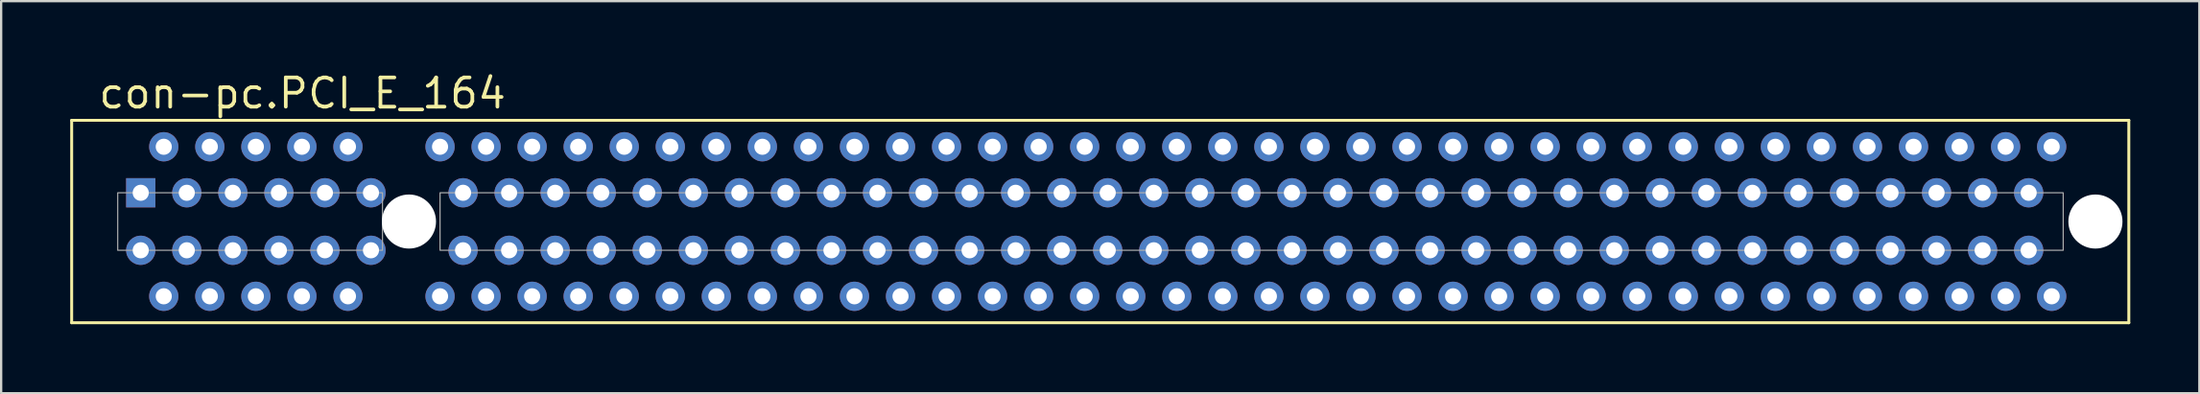
<source format=kicad_pcb>
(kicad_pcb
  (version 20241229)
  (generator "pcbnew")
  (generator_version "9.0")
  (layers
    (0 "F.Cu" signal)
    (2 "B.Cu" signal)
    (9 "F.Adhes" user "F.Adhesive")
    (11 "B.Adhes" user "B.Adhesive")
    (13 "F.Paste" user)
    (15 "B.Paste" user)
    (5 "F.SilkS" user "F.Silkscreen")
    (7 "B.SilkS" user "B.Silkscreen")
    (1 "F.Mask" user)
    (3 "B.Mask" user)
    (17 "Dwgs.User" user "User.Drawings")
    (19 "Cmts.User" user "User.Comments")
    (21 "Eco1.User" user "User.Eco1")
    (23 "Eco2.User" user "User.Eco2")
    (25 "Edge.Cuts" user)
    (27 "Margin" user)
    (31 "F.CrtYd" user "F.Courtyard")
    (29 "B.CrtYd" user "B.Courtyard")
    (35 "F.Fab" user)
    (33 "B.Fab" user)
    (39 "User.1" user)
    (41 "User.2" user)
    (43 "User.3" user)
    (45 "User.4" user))
  (footprint "con-pc.PCI_E_164"
    (layer "F.Cu")
    (at 43.063 6.83)
    (property "Reference" "con-pc.PCI_E_164" (at -41.91 -5.08 0) (layer "F.SilkS") (effects (font (size 1.27 1.27) (thickness 0.16)) (justify left bottom)))
    (attr through_hole)
    (fp_line (start -43 -4.65) (end 46.35 -4.65) (stroke (width 0.127) (type default)) (layer "F.SilkS"))
    (fp_line (start -43 4.15) (end -43 -4.65) (stroke (width 0.127) (type default)) (layer "F.SilkS"))
    (fp_line (start -43 4.15) (end 46.35 4.15) (stroke (width 0.127) (type default)) (layer "F.SilkS"))
    (fp_line (start 46.35 -4.65) (end 46.35 4.15) (stroke (width 0.127) (type default)) (layer "F.SilkS"))
    (fp_rect (start -41 1) (end -29.5 -1.5) (stroke (width 0.05) (type default)) (fill no) (layer "F.Fab"))
    (fp_rect (start -27 1) (end 43.5 -1.5) (stroke (width 0.05) (type default)) (fill no) (layer "F.Fab"))
    (pad "" np_thru_hole circle (at -28.35 -0.25) (size 2.35 2.35) (drill 2.35) (layers "*.Cu" "*.Mask"))
    (pad "" np_thru_hole circle (at 44.9 -0.25) (size 2.35 2.35) (drill 2.35) (layers "*.Cu" "*.Mask"))
    (pad "A1" thru_hole rect (at -40 -1.5) (size 1.27 1.27) (drill 0.7) (layers "*.Cu" "*.Mask"))
    (pad "A2" thru_hole circle (at -39 -3.5) (size 1.27 1.27) (drill 0.7) (layers "*.Cu" "*.Mask"))
    (pad "A3" thru_hole circle (at -38 -1.5) (size 1.27 1.27) (drill 0.7) (layers "*.Cu" "*.Mask"))
    (pad "A4" thru_hole circle (at -37 -3.5) (size 1.27 1.27) (drill 0.7) (layers "*.Cu" "*.Mask"))
    (pad "A5" thru_hole circle (at -36 -1.5) (size 1.27 1.27) (drill 0.7) (layers "*.Cu" "*.Mask"))
    (pad "A6" thru_hole circle (at -35 -3.5) (size 1.27 1.27) (drill 0.7) (layers "*.Cu" "*.Mask"))
    (pad "A7" thru_hole circle (at -34 -1.5) (size 1.27 1.27) (drill 0.7) (layers "*.Cu" "*.Mask"))
    (pad "A8" thru_hole circle (at -33 -3.5) (size 1.27 1.27) (drill 0.7) (layers "*.Cu" "*.Mask"))
    (pad "A9" thru_hole circle (at -32 -1.5) (size 1.27 1.27) (drill 0.7) (layers "*.Cu" "*.Mask"))
    (pad "A10" thru_hole circle (at -31 -3.5) (size 1.27 1.27) (drill 0.7) (layers "*.Cu" "*.Mask"))
    (pad "A11" thru_hole circle (at -30 -1.5) (size 1.27 1.27) (drill 0.7) (layers "*.Cu" "*.Mask"))
    (pad "A12" thru_hole circle (at -27 -3.5) (size 1.27 1.27) (drill 0.7) (layers "*.Cu" "*.Mask"))
    (pad "A13" thru_hole circle (at -26 -1.5) (size 1.27 1.27) (drill 0.7) (layers "*.Cu" "*.Mask"))
    (pad "A14" thru_hole circle (at -25 -3.5) (size 1.27 1.27) (drill 0.7) (layers "*.Cu" "*.Mask"))
    (pad "A15" thru_hole circle (at -24 -1.5) (size 1.27 1.27) (drill 0.7) (layers "*.Cu" "*.Mask"))
    (pad "A16" thru_hole circle (at -23 -3.5) (size 1.27 1.27) (drill 0.7) (layers "*.Cu" "*.Mask"))
    (pad "A17" thru_hole circle (at -22 -1.5) (size 1.27 1.27) (drill 0.7) (layers "*.Cu" "*.Mask"))
    (pad "A18" thru_hole circle (at -21 -3.5) (size 1.27 1.27) (drill 0.7) (layers "*.Cu" "*.Mask"))
    (pad "A19" thru_hole circle (at -20 -1.5) (size 1.27 1.27) (drill 0.7) (layers "*.Cu" "*.Mask"))
    (pad "A20" thru_hole circle (at -19 -3.5) (size 1.27 1.27) (drill 0.7) (layers "*.Cu" "*.Mask"))
    (pad "A21" thru_hole circle (at -18 -1.5) (size 1.27 1.27) (drill 0.7) (layers "*.Cu" "*.Mask"))
    (pad "A22" thru_hole circle (at -17 -3.5) (size 1.27 1.27) (drill 0.7) (layers "*.Cu" "*.Mask"))
    (pad "A23" thru_hole circle (at -16 -1.5) (size 1.27 1.27) (drill 0.7) (layers "*.Cu" "*.Mask"))
    (pad "A24" thru_hole circle (at -15 -3.5) (size 1.27 1.27) (drill 0.7) (layers "*.Cu" "*.Mask"))
    (pad "A25" thru_hole circle (at -14 -1.5) (size 1.27 1.27) (drill 0.7) (layers "*.Cu" "*.Mask"))
    (pad "A26" thru_hole circle (at -13 -3.5) (size 1.27 1.27) (drill 0.7) (layers "*.Cu" "*.Mask"))
    (pad "A27" thru_hole circle (at -12 -1.5) (size 1.27 1.27) (drill 0.7) (layers "*.Cu" "*.Mask"))
    (pad "A28" thru_hole circle (at -11 -3.5) (size 1.27 1.27) (drill 0.7) (layers "*.Cu" "*.Mask"))
    (pad "A29" thru_hole circle (at -10 -1.5) (size 1.27 1.27) (drill 0.7) (layers "*.Cu" "*.Mask"))
    (pad "A30" thru_hole circle (at -9 -3.5) (size 1.27 1.27) (drill 0.7) (layers "*.Cu" "*.Mask"))
    (pad "A31" thru_hole circle (at -8 -1.5) (size 1.27 1.27) (drill 0.7) (layers "*.Cu" "*.Mask"))
    (pad "A32" thru_hole circle (at -7 -3.5) (size 1.27 1.27) (drill 0.7) (layers "*.Cu" "*.Mask"))
    (pad "A33" thru_hole circle (at -6 -1.5) (size 1.27 1.27) (drill 0.7) (layers "*.Cu" "*.Mask"))
    (pad "A34" thru_hole circle (at -5 -3.5) (size 1.27 1.27) (drill 0.7) (layers "*.Cu" "*.Mask"))
    (pad "A35" thru_hole circle (at -4 -1.5) (size 1.27 1.27) (drill 0.7) (layers "*.Cu" "*.Mask"))
    (pad "A36" thru_hole circle (at -3 -3.5) (size 1.27 1.27) (drill 0.7) (layers "*.Cu" "*.Mask"))
    (pad "A37" thru_hole circle (at -2 -1.5) (size 1.27 1.27) (drill 0.7) (layers "*.Cu" "*.Mask"))
    (pad "A38" thru_hole circle (at -1 -3.5) (size 1.27 1.27) (drill 0.7) (layers "*.Cu" "*.Mask"))
    (pad "A39" thru_hole circle (at 0 -1.5) (size 1.27 1.27) (drill 0.7) (layers "*.Cu" "*.Mask"))
    (pad "A40" thru_hole circle (at 1 -3.5) (size 1.27 1.27) (drill 0.7) (layers "*.Cu" "*.Mask"))
    (pad "A41" thru_hole circle (at 2 -1.5) (size 1.27 1.27) (drill 0.7) (layers "*.Cu" "*.Mask"))
    (pad "A42" thru_hole circle (at 3 -3.5) (size 1.27 1.27) (drill 0.7) (layers "*.Cu" "*.Mask"))
    (pad "A43" thru_hole circle (at 4 -1.5) (size 1.27 1.27) (drill 0.7) (layers "*.Cu" "*.Mask"))
    (pad "A44" thru_hole circle (at 5 -3.5) (size 1.27 1.27) (drill 0.7) (layers "*.Cu" "*.Mask"))
    (pad "A45" thru_hole circle (at 6 -1.5) (size 1.27 1.27) (drill 0.7) (layers "*.Cu" "*.Mask"))
    (pad "A46" thru_hole circle (at 7 -3.5) (size 1.27 1.27) (drill 0.7) (layers "*.Cu" "*.Mask"))
    (pad "A47" thru_hole circle (at 8 -1.5) (size 1.27 1.27) (drill 0.7) (layers "*.Cu" "*.Mask"))
    (pad "A48" thru_hole circle (at 9 -3.5) (size 1.27 1.27) (drill 0.7) (layers "*.Cu" "*.Mask"))
    (pad "A49" thru_hole circle (at 10 -1.5) (size 1.27 1.27) (drill 0.7) (layers "*.Cu" "*.Mask"))
    (pad "A50" thru_hole circle (at 11 -3.5) (size 1.27 1.27) (drill 0.7) (layers "*.Cu" "*.Mask"))
    (pad "A51" thru_hole circle (at 12 -1.5) (size 1.27 1.27) (drill 0.7) (layers "*.Cu" "*.Mask"))
    (pad "A52" thru_hole circle (at 13 -3.5) (size 1.27 1.27) (drill 0.7) (layers "*.Cu" "*.Mask"))
    (pad "A53" thru_hole circle (at 14 -1.5) (size 1.27 1.27) (drill 0.7) (layers "*.Cu" "*.Mask"))
    (pad "A54" thru_hole circle (at 15 -3.5) (size 1.27 1.27) (drill 0.7) (layers "*.Cu" "*.Mask"))
    (pad "A55" thru_hole circle (at 16 -1.5) (size 1.27 1.27) (drill 0.7) (layers "*.Cu" "*.Mask"))
    (pad "A56" thru_hole circle (at 17 -3.5) (size 1.27 1.27) (drill 0.7) (layers "*.Cu" "*.Mask"))
    (pad "A57" thru_hole circle (at 18 -1.5) (size 1.27 1.27) (drill 0.7) (layers "*.Cu" "*.Mask"))
    (pad "A58" thru_hole circle (at 19 -3.5) (size 1.27 1.27) (drill 0.7) (layers "*.Cu" "*.Mask"))
    (pad "A59" thru_hole circle (at 20 -1.5) (size 1.27 1.27) (drill 0.7) (layers "*.Cu" "*.Mask"))
    (pad "A60" thru_hole circle (at 21 -3.5) (size 1.27 1.27) (drill 0.7) (layers "*.Cu" "*.Mask"))
    (pad "A61" thru_hole circle (at 22 -1.5) (size 1.27 1.27) (drill 0.7) (layers "*.Cu" "*.Mask"))
    (pad "A62" thru_hole circle (at 23 -3.5) (size 1.27 1.27) (drill 0.7) (layers "*.Cu" "*.Mask"))
    (pad "A63" thru_hole circle (at 24 -1.5) (size 1.27 1.27) (drill 0.7) (layers "*.Cu" "*.Mask"))
    (pad "A64" thru_hole circle (at 25 -3.5) (size 1.27 1.27) (drill 0.7) (layers "*.Cu" "*.Mask"))
    (pad "A65" thru_hole circle (at 26 -1.5) (size 1.27 1.27) (drill 0.7) (layers "*.Cu" "*.Mask"))
    (pad "A66" thru_hole circle (at 27 -3.5) (size 1.27 1.27) (drill 0.7) (layers "*.Cu" "*.Mask"))
    (pad "A67" thru_hole circle (at 28 -1.5) (size 1.27 1.27) (drill 0.7) (layers "*.Cu" "*.Mask"))
    (pad "A68" thru_hole circle (at 29 -3.5) (size 1.27 1.27) (drill 0.7) (layers "*.Cu" "*.Mask"))
    (pad "A69" thru_hole circle (at 30 -1.5) (size 1.27 1.27) (drill 0.7) (layers "*.Cu" "*.Mask"))
    (pad "A70" thru_hole circle (at 31 -3.5) (size 1.27 1.27) (drill 0.7) (layers "*.Cu" "*.Mask"))
    (pad "A71" thru_hole circle (at 32 -1.5) (size 1.27 1.27) (drill 0.7) (layers "*.Cu" "*.Mask"))
    (pad "A72" thru_hole circle (at 33 -3.5) (size 1.27 1.27) (drill 0.7) (layers "*.Cu" "*.Mask"))
    (pad "A73" thru_hole circle (at 34 -1.5) (size 1.27 1.27) (drill 0.7) (layers "*.Cu" "*.Mask"))
    (pad "A74" thru_hole circle (at 35 -3.5) (size 1.27 1.27) (drill 0.7) (layers "*.Cu" "*.Mask"))
    (pad "A75" thru_hole circle (at 36 -1.5) (size 1.27 1.27) (drill 0.7) (layers "*.Cu" "*.Mask"))
    (pad "A76" thru_hole circle (at 37 -3.5) (size 1.27 1.27) (drill 0.7) (layers "*.Cu" "*.Mask"))
    (pad "A77" thru_hole circle (at 38 -1.5) (size 1.27 1.27) (drill 0.7) (layers "*.Cu" "*.Mask"))
    (pad "A78" thru_hole circle (at 39 -3.5) (size 1.27 1.27) (drill 0.7) (layers "*.Cu" "*.Mask"))
    (pad "A79" thru_hole circle (at 40 -1.5) (size 1.27 1.27) (drill 0.7) (layers "*.Cu" "*.Mask"))
    (pad "A80" thru_hole circle (at 41 -3.5) (size 1.27 1.27) (drill 0.7) (layers "*.Cu" "*.Mask"))
    (pad "A81" thru_hole circle (at 42 -1.5) (size 1.27 1.27) (drill 0.7) (layers "*.Cu" "*.Mask"))
    (pad "A82" thru_hole circle (at 43 -3.5) (size 1.27 1.27) (drill 0.7) (layers "*.Cu" "*.Mask"))
    (pad "B1" thru_hole circle (at -40 1) (size 1.27 1.27) (drill 0.7) (layers "*.Cu" "*.Mask"))
    (pad "B2" thru_hole circle (at -39 3) (size 1.27 1.27) (drill 0.7) (layers "*.Cu" "*.Mask"))
    (pad "B3" thru_hole circle (at -38 1) (size 1.27 1.27) (drill 0.7) (layers "*.Cu" "*.Mask"))
    (pad "B4" thru_hole circle (at -37 3) (size 1.27 1.27) (drill 0.7) (layers "*.Cu" "*.Mask"))
    (pad "B5" thru_hole circle (at -36 1) (size 1.27 1.27) (drill 0.7) (layers "*.Cu" "*.Mask"))
    (pad "B6" thru_hole circle (at -35 3) (size 1.27 1.27) (drill 0.7) (layers "*.Cu" "*.Mask"))
    (pad "B7" thru_hole circle (at -34 1) (size 1.27 1.27) (drill 0.7) (layers "*.Cu" "*.Mask"))
    (pad "B8" thru_hole circle (at -33 3) (size 1.27 1.27) (drill 0.7) (layers "*.Cu" "*.Mask"))
    (pad "B9" thru_hole circle (at -32 1) (size 1.27 1.27) (drill 0.7) (layers "*.Cu" "*.Mask"))
    (pad "B10" thru_hole circle (at -31 3) (size 1.27 1.27) (drill 0.7) (layers "*.Cu" "*.Mask"))
    (pad "B11" thru_hole circle (at -30 1) (size 1.27 1.27) (drill 0.7) (layers "*.Cu" "*.Mask"))
    (pad "B12" thru_hole circle (at -27 3) (size 1.27 1.27) (drill 0.7) (layers "*.Cu" "*.Mask"))
    (pad "B13" thru_hole circle (at -26 1) (size 1.27 1.27) (drill 0.7) (layers "*.Cu" "*.Mask"))
    (pad "B14" thru_hole circle (at -25 3) (size 1.27 1.27) (drill 0.7) (layers "*.Cu" "*.Mask"))
    (pad "B15" thru_hole circle (at -24 1) (size 1.27 1.27) (drill 0.7) (layers "*.Cu" "*.Mask"))
    (pad "B16" thru_hole circle (at -23 3) (size 1.27 1.27) (drill 0.7) (layers "*.Cu" "*.Mask"))
    (pad "B17" thru_hole circle (at -22 1) (size 1.27 1.27) (drill 0.7) (layers "*.Cu" "*.Mask"))
    (pad "B18" thru_hole circle (at -21 3) (size 1.27 1.27) (drill 0.7) (layers "*.Cu" "*.Mask"))
    (pad "B19" thru_hole circle (at -20 1) (size 1.27 1.27) (drill 0.7) (layers "*.Cu" "*.Mask"))
    (pad "B20" thru_hole circle (at -19 3) (size 1.27 1.27) (drill 0.7) (layers "*.Cu" "*.Mask"))
    (pad "B21" thru_hole circle (at -18 1) (size 1.27 1.27) (drill 0.7) (layers "*.Cu" "*.Mask"))
    (pad "B22" thru_hole circle (at -17 3) (size 1.27 1.27) (drill 0.7) (layers "*.Cu" "*.Mask"))
    (pad "B23" thru_hole circle (at -16 1) (size 1.27 1.27) (drill 0.7) (layers "*.Cu" "*.Mask"))
    (pad "B24" thru_hole circle (at -15 3) (size 1.27 1.27) (drill 0.7) (layers "*.Cu" "*.Mask"))
    (pad "B25" thru_hole circle (at -14 1) (size 1.27 1.27) (drill 0.7) (layers "*.Cu" "*.Mask"))
    (pad "B26" thru_hole circle (at -13 3) (size 1.27 1.27) (drill 0.7) (layers "*.Cu" "*.Mask"))
    (pad "B27" thru_hole circle (at -12 1) (size 1.27 1.27) (drill 0.7) (layers "*.Cu" "*.Mask"))
    (pad "B28" thru_hole circle (at -11 3) (size 1.27 1.27) (drill 0.7) (layers "*.Cu" "*.Mask"))
    (pad "B29" thru_hole circle (at -10 1) (size 1.27 1.27) (drill 0.7) (layers "*.Cu" "*.Mask"))
    (pad "B30" thru_hole circle (at -9 3) (size 1.27 1.27) (drill 0.7) (layers "*.Cu" "*.Mask"))
    (pad "B31" thru_hole circle (at -8 1) (size 1.27 1.27) (drill 0.7) (layers "*.Cu" "*.Mask"))
    (pad "B32" thru_hole circle (at -7 3) (size 1.27 1.27) (drill 0.7) (layers "*.Cu" "*.Mask"))
    (pad "B33" thru_hole circle (at -6 1) (size 1.27 1.27) (drill 0.7) (layers "*.Cu" "*.Mask"))
    (pad "B34" thru_hole circle (at -5 3) (size 1.27 1.27) (drill 0.7) (layers "*.Cu" "*.Mask"))
    (pad "B35" thru_hole circle (at -4 1) (size 1.27 1.27) (drill 0.7) (layers "*.Cu" "*.Mask"))
    (pad "B36" thru_hole circle (at -3 3) (size 1.27 1.27) (drill 0.7) (layers "*.Cu" "*.Mask"))
    (pad "B37" thru_hole circle (at -2 1) (size 1.27 1.27) (drill 0.7) (layers "*.Cu" "*.Mask"))
    (pad "B38" thru_hole circle (at -1 3) (size 1.27 1.27) (drill 0.7) (layers "*.Cu" "*.Mask"))
    (pad "B39" thru_hole circle (at 0 1) (size 1.27 1.27) (drill 0.7) (layers "*.Cu" "*.Mask"))
    (pad "B40" thru_hole circle (at 1 3) (size 1.27 1.27) (drill 0.7) (layers "*.Cu" "*.Mask"))
    (pad "B41" thru_hole circle (at 2 1) (size 1.27 1.27) (drill 0.7) (layers "*.Cu" "*.Mask"))
    (pad "B42" thru_hole circle (at 3 3) (size 1.27 1.27) (drill 0.7) (layers "*.Cu" "*.Mask"))
    (pad "B43" thru_hole circle (at 4 1) (size 1.27 1.27) (drill 0.7) (layers "*.Cu" "*.Mask"))
    (pad "B44" thru_hole circle (at 5 3) (size 1.27 1.27) (drill 0.7) (layers "*.Cu" "*.Mask"))
    (pad "B45" thru_hole circle (at 6 1) (size 1.27 1.27) (drill 0.7) (layers "*.Cu" "*.Mask"))
    (pad "B46" thru_hole circle (at 7 3) (size 1.27 1.27) (drill 0.7) (layers "*.Cu" "*.Mask"))
    (pad "B47" thru_hole circle (at 8 1) (size 1.27 1.27) (drill 0.7) (layers "*.Cu" "*.Mask"))
    (pad "B48" thru_hole circle (at 9 3) (size 1.27 1.27) (drill 0.7) (layers "*.Cu" "*.Mask"))
    (pad "B49" thru_hole circle (at 10 1) (size 1.27 1.27) (drill 0.7) (layers "*.Cu" "*.Mask"))
    (pad "B50" thru_hole circle (at 11 3) (size 1.27 1.27) (drill 0.7) (layers "*.Cu" "*.Mask"))
    (pad "B51" thru_hole circle (at 12 1) (size 1.27 1.27) (drill 0.7) (layers "*.Cu" "*.Mask"))
    (pad "B52" thru_hole circle (at 13 3) (size 1.27 1.27) (drill 0.7) (layers "*.Cu" "*.Mask"))
    (pad "B53" thru_hole circle (at 14 1) (size 1.27 1.27) (drill 0.7) (layers "*.Cu" "*.Mask"))
    (pad "B54" thru_hole circle (at 15 3) (size 1.27 1.27) (drill 0.7) (layers "*.Cu" "*.Mask"))
    (pad "B55" thru_hole circle (at 16 1) (size 1.27 1.27) (drill 0.7) (layers "*.Cu" "*.Mask"))
    (pad "B56" thru_hole circle (at 17 3) (size 1.27 1.27) (drill 0.7) (layers "*.Cu" "*.Mask"))
    (pad "B57" thru_hole circle (at 18 1) (size 1.27 1.27) (drill 0.7) (layers "*.Cu" "*.Mask"))
    (pad "B58" thru_hole circle (at 19 3) (size 1.27 1.27) (drill 0.7) (layers "*.Cu" "*.Mask"))
    (pad "B59" thru_hole circle (at 20 1) (size 1.27 1.27) (drill 0.7) (layers "*.Cu" "*.Mask"))
    (pad "B60" thru_hole circle (at 21 3) (size 1.27 1.27) (drill 0.7) (layers "*.Cu" "*.Mask"))
    (pad "B61" thru_hole circle (at 22 1) (size 1.27 1.27) (drill 0.7) (layers "*.Cu" "*.Mask"))
    (pad "B62" thru_hole circle (at 23 3) (size 1.27 1.27) (drill 0.7) (layers "*.Cu" "*.Mask"))
    (pad "B63" thru_hole circle (at 24 1) (size 1.27 1.27) (drill 0.7) (layers "*.Cu" "*.Mask"))
    (pad "B64" thru_hole circle (at 25 3) (size 1.27 1.27) (drill 0.7) (layers "*.Cu" "*.Mask"))
    (pad "B65" thru_hole circle (at 26 1) (size 1.27 1.27) (drill 0.7) (layers "*.Cu" "*.Mask"))
    (pad "B66" thru_hole circle (at 27 3) (size 1.27 1.27) (drill 0.7) (layers "*.Cu" "*.Mask"))
    (pad "B67" thru_hole circle (at 28 1) (size 1.27 1.27) (drill 0.7) (layers "*.Cu" "*.Mask"))
    (pad "B68" thru_hole circle (at 29 3) (size 1.27 1.27) (drill 0.7) (layers "*.Cu" "*.Mask"))
    (pad "B69" thru_hole circle (at 30 1) (size 1.27 1.27) (drill 0.7) (layers "*.Cu" "*.Mask"))
    (pad "B70" thru_hole circle (at 31 3) (size 1.27 1.27) (drill 0.7) (layers "*.Cu" "*.Mask"))
    (pad "B71" thru_hole circle (at 32 1) (size 1.27 1.27) (drill 0.7) (layers "*.Cu" "*.Mask"))
    (pad "B72" thru_hole circle (at 33 3) (size 1.27 1.27) (drill 0.7) (layers "*.Cu" "*.Mask"))
    (pad "B73" thru_hole circle (at 34 1) (size 1.27 1.27) (drill 0.7) (layers "*.Cu" "*.Mask"))
    (pad "B74" thru_hole circle (at 35 3) (size 1.27 1.27) (drill 0.7) (layers "*.Cu" "*.Mask"))
    (pad "B75" thru_hole circle (at 36 1) (size 1.27 1.27) (drill 0.7) (layers "*.Cu" "*.Mask"))
    (pad "B76" thru_hole circle (at 37 3) (size 1.27 1.27) (drill 0.7) (layers "*.Cu" "*.Mask"))
    (pad "B77" thru_hole circle (at 38 1) (size 1.27 1.27) (drill 0.7) (layers "*.Cu" "*.Mask"))
    (pad "B78" thru_hole circle (at 39 3) (size 1.27 1.27) (drill 0.7) (layers "*.Cu" "*.Mask"))
    (pad "B79" thru_hole circle (at 40 1) (size 1.27 1.27) (drill 0.7) (layers "*.Cu" "*.Mask"))
    (pad "B80" thru_hole circle (at 41 3) (size 1.27 1.27) (drill 0.7) (layers "*.Cu" "*.Mask"))
    (pad "B81" thru_hole circle (at 42 1) (size 1.27 1.27) (drill 0.7) (layers "*.Cu" "*.Mask"))
    (pad "B82" thru_hole circle (at 43 3) (size 1.27 1.27) (drill 0.7) (layers "*.Cu" "*.Mask")))
  (gr_rect
    (start -3 -3)
    (end 92.477 14.043)
    (stroke (width 0.1) (type default))
    (fill no)
    (layer "Edge.Cuts")))
</source>
